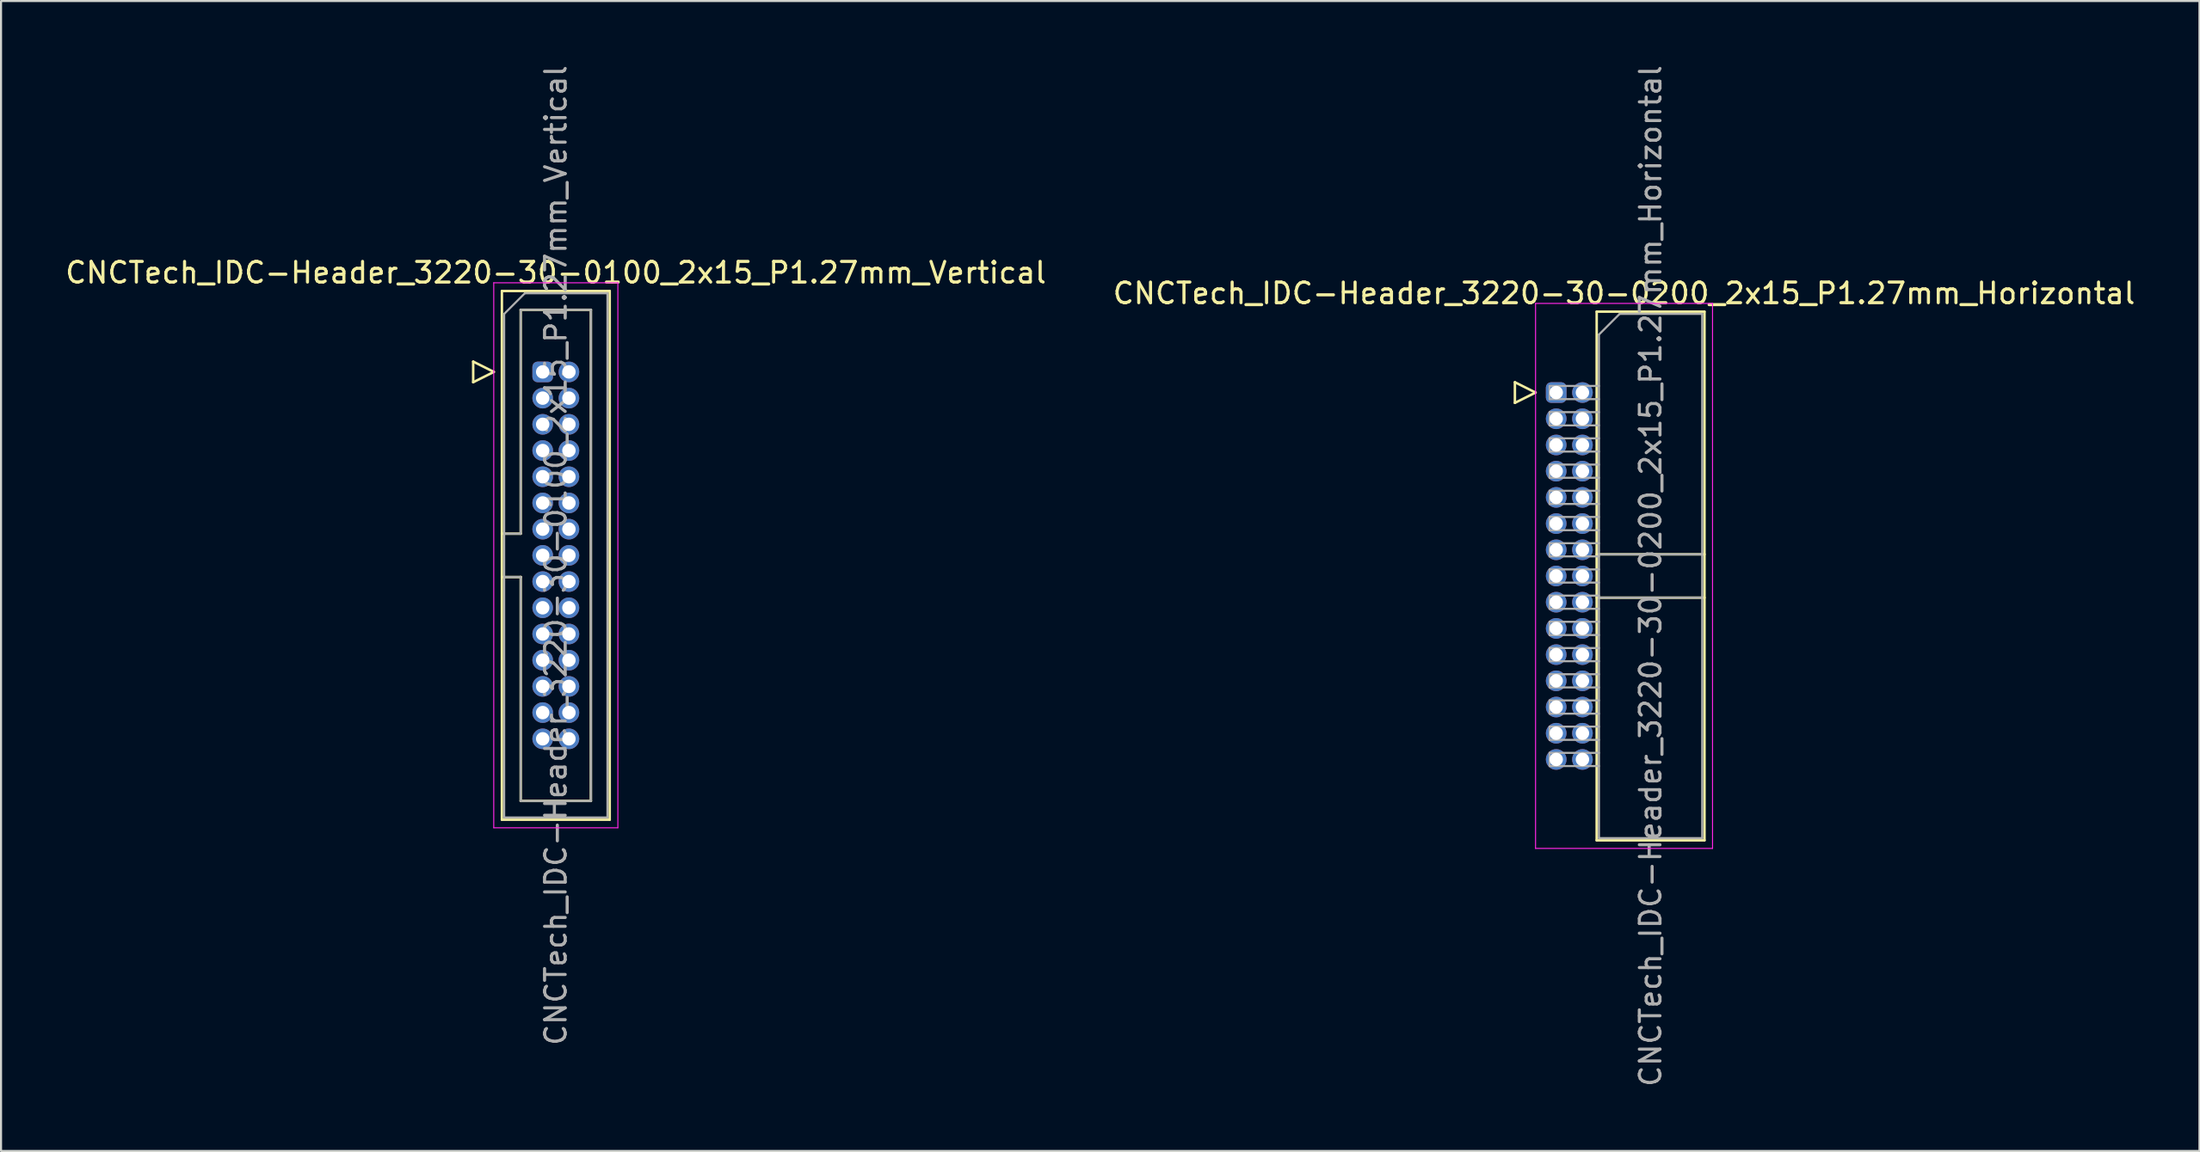
<source format=kicad_pcb>
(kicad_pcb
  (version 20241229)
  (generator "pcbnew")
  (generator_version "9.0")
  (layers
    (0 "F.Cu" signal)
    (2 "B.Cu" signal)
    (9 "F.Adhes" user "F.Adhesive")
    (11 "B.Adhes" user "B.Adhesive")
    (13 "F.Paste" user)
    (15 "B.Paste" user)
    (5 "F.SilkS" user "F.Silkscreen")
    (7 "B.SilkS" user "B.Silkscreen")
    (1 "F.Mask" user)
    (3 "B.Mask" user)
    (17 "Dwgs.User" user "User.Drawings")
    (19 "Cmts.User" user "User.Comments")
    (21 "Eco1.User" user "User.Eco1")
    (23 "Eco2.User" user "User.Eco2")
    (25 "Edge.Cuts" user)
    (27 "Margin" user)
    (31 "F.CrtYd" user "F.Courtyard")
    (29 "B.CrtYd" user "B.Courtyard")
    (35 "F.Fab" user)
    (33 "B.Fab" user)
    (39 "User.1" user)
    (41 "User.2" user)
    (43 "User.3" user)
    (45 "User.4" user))
  (footprint "CNCTech_IDC-Header_3220-30-0100_2x15_P1.27mm_Vertical"
    (layer "F.Cu")
    (at 23.228 14.973)
    (property "Reference" "CNCTech_IDC-Header_3220-30-0100_2x15_P1.27mm_Vertical" (at 0.635 -4.81 0) (layer "F.SilkS") (effects (font (size 1 1) (thickness 0.15))))
    (attr through_hole)
    (fp_line (start -3.365 -0.5) (end -3.365 0.5) (stroke (width 0.12) (type solid)) (layer "F.SilkS"))
    (fp_line (start -3.365 0.5) (end -2.365 0) (stroke (width 0.12) (type solid)) (layer "F.SilkS"))
    (fp_line (start -2.365 0) (end -3.365 -0.5) (stroke (width 0.12) (type solid)) (layer "F.SilkS"))
    (fp_line (start -1.975 -3.92) (end 3.245 -3.92) (stroke (width 0.12) (type solid)) (layer "F.SilkS"))
    (fp_line (start -1.975 7.84) (end -1.065 7.84) (stroke (width 0.12) (type solid)) (layer "F.SilkS"))
    (fp_line (start -1.975 21.7) (end -1.975 -3.92) (stroke (width 0.12) (type solid)) (layer "F.SilkS"))
    (fp_line (start -1.065 -3.01) (end 2.335 -3.01) (stroke (width 0.12) (type solid)) (layer "F.SilkS"))
    (fp_line (start -1.065 7.84) (end -1.065 -3.01) (stroke (width 0.12) (type solid)) (layer "F.SilkS"))
    (fp_line (start -1.065 9.94) (end -1.975 9.94) (stroke (width 0.12) (type solid)) (layer "F.SilkS"))
    (fp_line (start -1.065 9.94) (end -1.065 9.94) (stroke (width 0.12) (type solid)) (layer "F.SilkS"))
    (fp_line (start -1.065 20.79) (end -1.065 9.94) (stroke (width 0.12) (type solid)) (layer "F.SilkS"))
    (fp_line (start 2.335 -3.01) (end 2.335 20.79) (stroke (width 0.12) (type solid)) (layer "F.SilkS"))
    (fp_line (start 2.335 20.79) (end -1.065 20.79) (stroke (width 0.12) (type solid)) (layer "F.SilkS"))
    (fp_line (start 3.245 -3.92) (end 3.245 21.7) (stroke (width 0.12) (type solid)) (layer "F.SilkS"))
    (fp_line (start 3.245 21.7) (end -1.975 21.7) (stroke (width 0.12) (type solid)) (layer "F.SilkS"))
    (fp_line (start -2.37 -4.32) (end -2.37 22.09) (stroke (width 0.05) (type solid)) (layer "F.CrtYd"))
    (fp_line (start -2.37 22.09) (end 3.64 22.09) (stroke (width 0.05) (type solid)) (layer "F.CrtYd"))
    (fp_line (start 3.64 -4.32) (end -2.37 -4.32) (stroke (width 0.05) (type solid)) (layer "F.CrtYd"))
    (fp_line (start 3.64 22.09) (end 3.64 -4.32) (stroke (width 0.05) (type solid)) (layer "F.CrtYd"))
    (fp_line (start -1.865 -2.81) (end -0.865 -3.81) (stroke (width 0.1) (type solid)) (layer "F.Fab"))
    (fp_line (start -1.865 7.84) (end -1.065 7.84) (stroke (width 0.1) (type solid)) (layer "F.Fab"))
    (fp_line (start -1.865 21.59) (end -1.865 -2.81) (stroke (width 0.1) (type solid)) (layer "F.Fab"))
    (fp_line (start -1.065 -3.01) (end 2.335 -3.01) (stroke (width 0.1) (type solid)) (layer "F.Fab"))
    (fp_line (start -1.065 7.84) (end -1.065 -3.01) (stroke (width 0.1) (type solid)) (layer "F.Fab"))
    (fp_line (start -1.065 9.94) (end -1.865 9.94) (stroke (width 0.1) (type solid)) (layer "F.Fab"))
    (fp_line (start -1.065 9.94) (end -1.065 9.94) (stroke (width 0.1) (type solid)) (layer "F.Fab"))
    (fp_line (start -1.065 20.79) (end -1.065 9.94) (stroke (width 0.1) (type solid)) (layer "F.Fab"))
    (fp_line (start -0.865 -3.81) (end 3.135 -3.81) (stroke (width 0.1) (type solid)) (layer "F.Fab"))
    (fp_line (start 2.335 -3.01) (end 2.335 20.79) (stroke (width 0.1) (type solid)) (layer "F.Fab"))
    (fp_line (start 2.335 20.79) (end -1.065 20.79) (stroke (width 0.1) (type solid)) (layer "F.Fab"))
    (fp_line (start 3.135 -3.81) (end 3.135 21.59) (stroke (width 0.1) (type solid)) (layer "F.Fab"))
    (fp_line (start 3.135 21.59) (end -1.865 21.59) (stroke (width 0.1) (type solid)) (layer "F.Fab"))
    (fp_text user "${REFERENCE}" (at 0.635 8.89 90) (layer "F.Fab") (effects (font (size 1 1) (thickness 0.15))))
    (pad "1" thru_hole roundrect (at 0 0) (size 1 1) (drill 0.65) (layers "*.Cu" "*.Mask") (roundrect_rratio 0.25))
    (pad "2" thru_hole circle (at 1.27 0) (size 1 1) (drill 0.65) (layers "*.Cu" "*.Mask"))
    (pad "3" thru_hole circle (at 0 1.27) (size 1 1) (drill 0.65) (layers "*.Cu" "*.Mask"))
    (pad "4" thru_hole circle (at 1.27 1.27) (size 1 1) (drill 0.65) (layers "*.Cu" "*.Mask"))
    (pad "5" thru_hole circle (at 0 2.54) (size 1 1) (drill 0.65) (layers "*.Cu" "*.Mask"))
    (pad "6" thru_hole circle (at 1.27 2.54) (size 1 1) (drill 0.65) (layers "*.Cu" "*.Mask"))
    (pad "7" thru_hole circle (at 0 3.81) (size 1 1) (drill 0.65) (layers "*.Cu" "*.Mask"))
    (pad "8" thru_hole circle (at 1.27 3.81) (size 1 1) (drill 0.65) (layers "*.Cu" "*.Mask"))
    (pad "9" thru_hole circle (at 0 5.08) (size 1 1) (drill 0.65) (layers "*.Cu" "*.Mask"))
    (pad "10" thru_hole circle (at 1.27 5.08) (size 1 1) (drill 0.65) (layers "*.Cu" "*.Mask"))
    (pad "11" thru_hole circle (at 0 6.35) (size 1 1) (drill 0.65) (layers "*.Cu" "*.Mask"))
    (pad "12" thru_hole circle (at 1.27 6.35) (size 1 1) (drill 0.65) (layers "*.Cu" "*.Mask"))
    (pad "13" thru_hole circle (at 0 7.62) (size 1 1) (drill 0.65) (layers "*.Cu" "*.Mask"))
    (pad "14" thru_hole circle (at 1.27 7.62) (size 1 1) (drill 0.65) (layers "*.Cu" "*.Mask"))
    (pad "15" thru_hole circle (at 0 8.89) (size 1 1) (drill 0.65) (layers "*.Cu" "*.Mask"))
    (pad "16" thru_hole circle (at 1.27 8.89) (size 1 1) (drill 0.65) (layers "*.Cu" "*.Mask"))
    (pad "17" thru_hole circle (at 0 10.16) (size 1 1) (drill 0.65) (layers "*.Cu" "*.Mask"))
    (pad "18" thru_hole circle (at 1.27 10.16) (size 1 1) (drill 0.65) (layers "*.Cu" "*.Mask"))
    (pad "19" thru_hole circle (at 0 11.43) (size 1 1) (drill 0.65) (layers "*.Cu" "*.Mask"))
    (pad "20" thru_hole circle (at 1.27 11.43) (size 1 1) (drill 0.65) (layers "*.Cu" "*.Mask"))
    (pad "21" thru_hole circle (at 0 12.7) (size 1 1) (drill 0.65) (layers "*.Cu" "*.Mask"))
    (pad "22" thru_hole circle (at 1.27 12.7) (size 1 1) (drill 0.65) (layers "*.Cu" "*.Mask"))
    (pad "23" thru_hole circle (at 0 13.97) (size 1 1) (drill 0.65) (layers "*.Cu" "*.Mask"))
    (pad "24" thru_hole circle (at 1.27 13.97) (size 1 1) (drill 0.65) (layers "*.Cu" "*.Mask"))
    (pad "25" thru_hole circle (at 0 15.24) (size 1 1) (drill 0.65) (layers "*.Cu" "*.Mask"))
    (pad "26" thru_hole circle (at 1.27 15.24) (size 1 1) (drill 0.65) (layers "*.Cu" "*.Mask"))
    (pad "27" thru_hole circle (at 0 16.51) (size 1 1) (drill 0.65) (layers "*.Cu" "*.Mask"))
    (pad "28" thru_hole circle (at 1.27 16.51) (size 1 1) (drill 0.65) (layers "*.Cu" "*.Mask"))
    (pad "29" thru_hole circle (at 0 17.78) (size 1 1) (drill 0.65) (layers "*.Cu" "*.Mask"))
    (pad "30" thru_hole circle (at 1.27 17.78) (size 1 1) (drill 0.65) (layers "*.Cu" "*.Mask")))
  (footprint "CNCTech_IDC-Header_3220-30-0200_2x15_P1.27mm_Horizontal"
    (layer "F.Cu")
    (at 72.304 15.973)
    (property "Reference" "CNCTech_IDC-Header_3220-30-0200_2x15_P1.27mm_Horizontal" (at 3.285 -4.81 0) (layer "F.SilkS") (effects (font (size 1 1) (thickness 0.15))))
    (attr through_hole)
    (fp_line (start -2 -0.5) (end -2 0.5) (stroke (width 0.12) (type solid)) (layer "F.SilkS"))
    (fp_line (start -2 0.5) (end -1 0) (stroke (width 0.12) (type solid)) (layer "F.SilkS"))
    (fp_line (start -1 0) (end -2 -0.5) (stroke (width 0.12) (type solid)) (layer "F.SilkS"))
    (fp_line (start 1.96 -3.92) (end 7.18 -3.92) (stroke (width 0.12) (type solid)) (layer "F.SilkS"))
    (fp_line (start 1.96 7.84) (end 7.18 7.84) (stroke (width 0.12) (type solid)) (layer "F.SilkS"))
    (fp_line (start 1.96 9.94) (end 7.18 9.94) (stroke (width 0.12) (type solid)) (layer "F.SilkS"))
    (fp_line (start 1.96 21.7) (end 1.96 -3.92) (stroke (width 0.12) (type solid)) (layer "F.SilkS"))
    (fp_line (start 7.18 -3.92) (end 7.18 21.7) (stroke (width 0.12) (type solid)) (layer "F.SilkS"))
    (fp_line (start 7.18 21.7) (end 1.96 21.7) (stroke (width 0.12) (type solid)) (layer "F.SilkS"))
    (fp_line (start -1 -4.32) (end -1 22.09) (stroke (width 0.05) (type solid)) (layer "F.CrtYd"))
    (fp_line (start -1 22.09) (end 7.57 22.09) (stroke (width 0.05) (type solid)) (layer "F.CrtYd"))
    (fp_line (start 7.57 -4.32) (end -1 -4.32) (stroke (width 0.05) (type solid)) (layer "F.CrtYd"))
    (fp_line (start 7.57 22.09) (end 7.57 -4.32) (stroke (width 0.05) (type solid)) (layer "F.CrtYd"))
    (fp_line (start -0.32 -0.32) (end -0.32 0.32) (stroke (width 0.1) (type solid)) (layer "F.Fab"))
    (fp_line (start -0.32 0.32) (end 2.07 0.32) (stroke (width 0.1) (type solid)) (layer "F.Fab"))
    (fp_line (start -0.32 0.95) (end -0.32 1.59) (stroke (width 0.1) (type solid)) (layer "F.Fab"))
    (fp_line (start -0.32 1.59) (end 2.07 1.59) (stroke (width 0.1) (type solid)) (layer "F.Fab"))
    (fp_line (start -0.32 2.22) (end -0.32 2.86) (stroke (width 0.1) (type solid)) (layer "F.Fab"))
    (fp_line (start -0.32 2.86) (end 2.07 2.86) (stroke (width 0.1) (type solid)) (layer "F.Fab"))
    (fp_line (start -0.32 3.49) (end -0.32 4.13) (stroke (width 0.1) (type solid)) (layer "F.Fab"))
    (fp_line (start -0.32 4.13) (end 2.07 4.13) (stroke (width 0.1) (type solid)) (layer "F.Fab"))
    (fp_line (start -0.32 4.76) (end -0.32 5.4) (stroke (width 0.1) (type solid)) (layer "F.Fab"))
    (fp_line (start -0.32 5.4) (end 2.07 5.4) (stroke (width 0.1) (type solid)) (layer "F.Fab"))
    (fp_line (start -0.32 6.03) (end -0.32 6.67) (stroke (width 0.1) (type solid)) (layer "F.Fab"))
    (fp_line (start -0.32 6.67) (end 2.07 6.67) (stroke (width 0.1) (type solid)) (layer "F.Fab"))
    (fp_line (start -0.32 7.3) (end -0.32 7.94) (stroke (width 0.1) (type solid)) (layer "F.Fab"))
    (fp_line (start -0.32 7.94) (end 2.07 7.94) (stroke (width 0.1) (type solid)) (layer "F.Fab"))
    (fp_line (start -0.32 8.57) (end -0.32 9.21) (stroke (width 0.1) (type solid)) (layer "F.Fab"))
    (fp_line (start -0.32 9.21) (end 2.07 9.21) (stroke (width 0.1) (type solid)) (layer "F.Fab"))
    (fp_line (start -0.32 9.84) (end -0.32 10.48) (stroke (width 0.1) (type solid)) (layer "F.Fab"))
    (fp_line (start -0.32 10.48) (end 2.07 10.48) (stroke (width 0.1) (type solid)) (layer "F.Fab"))
    (fp_line (start -0.32 11.11) (end -0.32 11.75) (stroke (width 0.1) (type solid)) (layer "F.Fab"))
    (fp_line (start -0.32 11.75) (end 2.07 11.75) (stroke (width 0.1) (type solid)) (layer "F.Fab"))
    (fp_line (start -0.32 12.38) (end -0.32 13.02) (stroke (width 0.1) (type solid)) (layer "F.Fab"))
    (fp_line (start -0.32 13.02) (end 2.07 13.02) (stroke (width 0.1) (type solid)) (layer "F.Fab"))
    (fp_line (start -0.32 13.65) (end -0.32 14.29) (stroke (width 0.1) (type solid)) (layer "F.Fab"))
    (fp_line (start -0.32 14.29) (end 2.07 14.29) (stroke (width 0.1) (type solid)) (layer "F.Fab"))
    (fp_line (start -0.32 14.92) (end -0.32 15.56) (stroke (width 0.1) (type solid)) (layer "F.Fab"))
    (fp_line (start -0.32 15.56) (end 2.07 15.56) (stroke (width 0.1) (type solid)) (layer "F.Fab"))
    (fp_line (start -0.32 16.19) (end -0.32 16.83) (stroke (width 0.1) (type solid)) (layer "F.Fab"))
    (fp_line (start -0.32 16.83) (end 2.07 16.83) (stroke (width 0.1) (type solid)) (layer "F.Fab"))
    (fp_line (start -0.32 17.46) (end -0.32 18.1) (stroke (width 0.1) (type solid)) (layer "F.Fab"))
    (fp_line (start -0.32 18.1) (end 2.07 18.1) (stroke (width 0.1) (type solid)) (layer "F.Fab"))
    (fp_line (start 2.07 -2.81) (end 3.07 -3.81) (stroke (width 0.1) (type solid)) (layer "F.Fab"))
    (fp_line (start 2.07 -0.32) (end -0.32 -0.32) (stroke (width 0.1) (type solid)) (layer "F.Fab"))
    (fp_line (start 2.07 0.95) (end -0.32 0.95) (stroke (width 0.1) (type solid)) (layer "F.Fab"))
    (fp_line (start 2.07 2.22) (end -0.32 2.22) (stroke (width 0.1) (type solid)) (layer "F.Fab"))
    (fp_line (start 2.07 3.49) (end -0.32 3.49) (stroke (width 0.1) (type solid)) (layer "F.Fab"))
    (fp_line (start 2.07 4.76) (end -0.32 4.76) (stroke (width 0.1) (type solid)) (layer "F.Fab"))
    (fp_line (start 2.07 6.03) (end -0.32 6.03) (stroke (width 0.1) (type solid)) (layer "F.Fab"))
    (fp_line (start 2.07 7.3) (end -0.32 7.3) (stroke (width 0.1) (type solid)) (layer "F.Fab"))
    (fp_line (start 2.07 7.84) (end 7.07 7.84) (stroke (width 0.1) (type solid)) (layer "F.Fab"))
    (fp_line (start 2.07 8.57) (end -0.32 8.57) (stroke (width 0.1) (type solid)) (layer "F.Fab"))
    (fp_line (start 2.07 9.84) (end -0.32 9.84) (stroke (width 0.1) (type solid)) (layer "F.Fab"))
    (fp_line (start 2.07 9.94) (end 7.07 9.94) (stroke (width 0.1) (type solid)) (layer "F.Fab"))
    (fp_line (start 2.07 11.11) (end -0.32 11.11) (stroke (width 0.1) (type solid)) (layer "F.Fab"))
    (fp_line (start 2.07 12.38) (end -0.32 12.38) (stroke (width 0.1) (type solid)) (layer "F.Fab"))
    (fp_line (start 2.07 13.65) (end -0.32 13.65) (stroke (width 0.1) (type solid)) (layer "F.Fab"))
    (fp_line (start 2.07 14.92) (end -0.32 14.92) (stroke (width 0.1) (type solid)) (layer "F.Fab"))
    (fp_line (start 2.07 16.19) (end -0.32 16.19) (stroke (width 0.1) (type solid)) (layer "F.Fab"))
    (fp_line (start 2.07 17.46) (end -0.32 17.46) (stroke (width 0.1) (type solid)) (layer "F.Fab"))
    (fp_line (start 2.07 21.59) (end 2.07 -2.81) (stroke (width 0.1) (type solid)) (layer "F.Fab"))
    (fp_line (start 3.07 -3.81) (end 7.07 -3.81) (stroke (width 0.1) (type solid)) (layer "F.Fab"))
    (fp_line (start 7.07 -3.81) (end 7.07 21.59) (stroke (width 0.1) (type solid)) (layer "F.Fab"))
    (fp_line (start 7.07 21.59) (end 2.07 21.59) (stroke (width 0.1) (type solid)) (layer "F.Fab"))
    (fp_text user "${REFERENCE}" (at 4.57 8.89 90) (layer "F.Fab") (effects (font (size 1 1) (thickness 0.15))))
    (pad "1" thru_hole roundrect (at 0 0) (size 1 1) (drill 0.65) (layers "*.Cu" "*.Mask") (roundrect_rratio 0.25))
    (pad "2" thru_hole circle (at 1.27 0) (size 1 1) (drill 0.65) (layers "*.Cu" "*.Mask"))
    (pad "3" thru_hole circle (at 0 1.27) (size 1 1) (drill 0.65) (layers "*.Cu" "*.Mask"))
    (pad "4" thru_hole circle (at 1.27 1.27) (size 1 1) (drill 0.65) (layers "*.Cu" "*.Mask"))
    (pad "5" thru_hole circle (at 0 2.54) (size 1 1) (drill 0.65) (layers "*.Cu" "*.Mask"))
    (pad "6" thru_hole circle (at 1.27 2.54) (size 1 1) (drill 0.65) (layers "*.Cu" "*.Mask"))
    (pad "7" thru_hole circle (at 0 3.81) (size 1 1) (drill 0.65) (layers "*.Cu" "*.Mask"))
    (pad "8" thru_hole circle (at 1.27 3.81) (size 1 1) (drill 0.65) (layers "*.Cu" "*.Mask"))
    (pad "9" thru_hole circle (at 0 5.08) (size 1 1) (drill 0.65) (layers "*.Cu" "*.Mask"))
    (pad "10" thru_hole circle (at 1.27 5.08) (size 1 1) (drill 0.65) (layers "*.Cu" "*.Mask"))
    (pad "11" thru_hole circle (at 0 6.35) (size 1 1) (drill 0.65) (layers "*.Cu" "*.Mask"))
    (pad "12" thru_hole circle (at 1.27 6.35) (size 1 1) (drill 0.65) (layers "*.Cu" "*.Mask"))
    (pad "13" thru_hole circle (at 0 7.62) (size 1 1) (drill 0.65) (layers "*.Cu" "*.Mask"))
    (pad "14" thru_hole circle (at 1.27 7.62) (size 1 1) (drill 0.65) (layers "*.Cu" "*.Mask"))
    (pad "15" thru_hole circle (at 0 8.89) (size 1 1) (drill 0.65) (layers "*.Cu" "*.Mask"))
    (pad "16" thru_hole circle (at 1.27 8.89) (size 1 1) (drill 0.65) (layers "*.Cu" "*.Mask"))
    (pad "17" thru_hole circle (at 0 10.16) (size 1 1) (drill 0.65) (layers "*.Cu" "*.Mask"))
    (pad "18" thru_hole circle (at 1.27 10.16) (size 1 1) (drill 0.65) (layers "*.Cu" "*.Mask"))
    (pad "19" thru_hole circle (at 0 11.43) (size 1 1) (drill 0.65) (layers "*.Cu" "*.Mask"))
    (pad "20" thru_hole circle (at 1.27 11.43) (size 1 1) (drill 0.65) (layers "*.Cu" "*.Mask"))
    (pad "21" thru_hole circle (at 0 12.7) (size 1 1) (drill 0.65) (layers "*.Cu" "*.Mask"))
    (pad "22" thru_hole circle (at 1.27 12.7) (size 1 1) (drill 0.65) (layers "*.Cu" "*.Mask"))
    (pad "23" thru_hole circle (at 0 13.97) (size 1 1) (drill 0.65) (layers "*.Cu" "*.Mask"))
    (pad "24" thru_hole circle (at 1.27 13.97) (size 1 1) (drill 0.65) (layers "*.Cu" "*.Mask"))
    (pad "25" thru_hole circle (at 0 15.24) (size 1 1) (drill 0.65) (layers "*.Cu" "*.Mask"))
    (pad "26" thru_hole circle (at 1.27 15.24) (size 1 1) (drill 0.65) (layers "*.Cu" "*.Mask"))
    (pad "27" thru_hole circle (at 0 16.51) (size 1 1) (drill 0.65) (layers "*.Cu" "*.Mask"))
    (pad "28" thru_hole circle (at 1.27 16.51) (size 1 1) (drill 0.65) (layers "*.Cu" "*.Mask"))
    (pad "29" thru_hole circle (at 0 17.78) (size 1 1) (drill 0.65) (layers "*.Cu" "*.Mask"))
    (pad "30" thru_hole circle (at 1.27 17.78) (size 1 1) (drill 0.65) (layers "*.Cu" "*.Mask")))
  (gr_rect
    (start -3 -3)
    (end 103.452 52.726)
    (stroke (width 0.1) (type default))
    (fill no)
    (layer "Edge.Cuts")))
</source>
